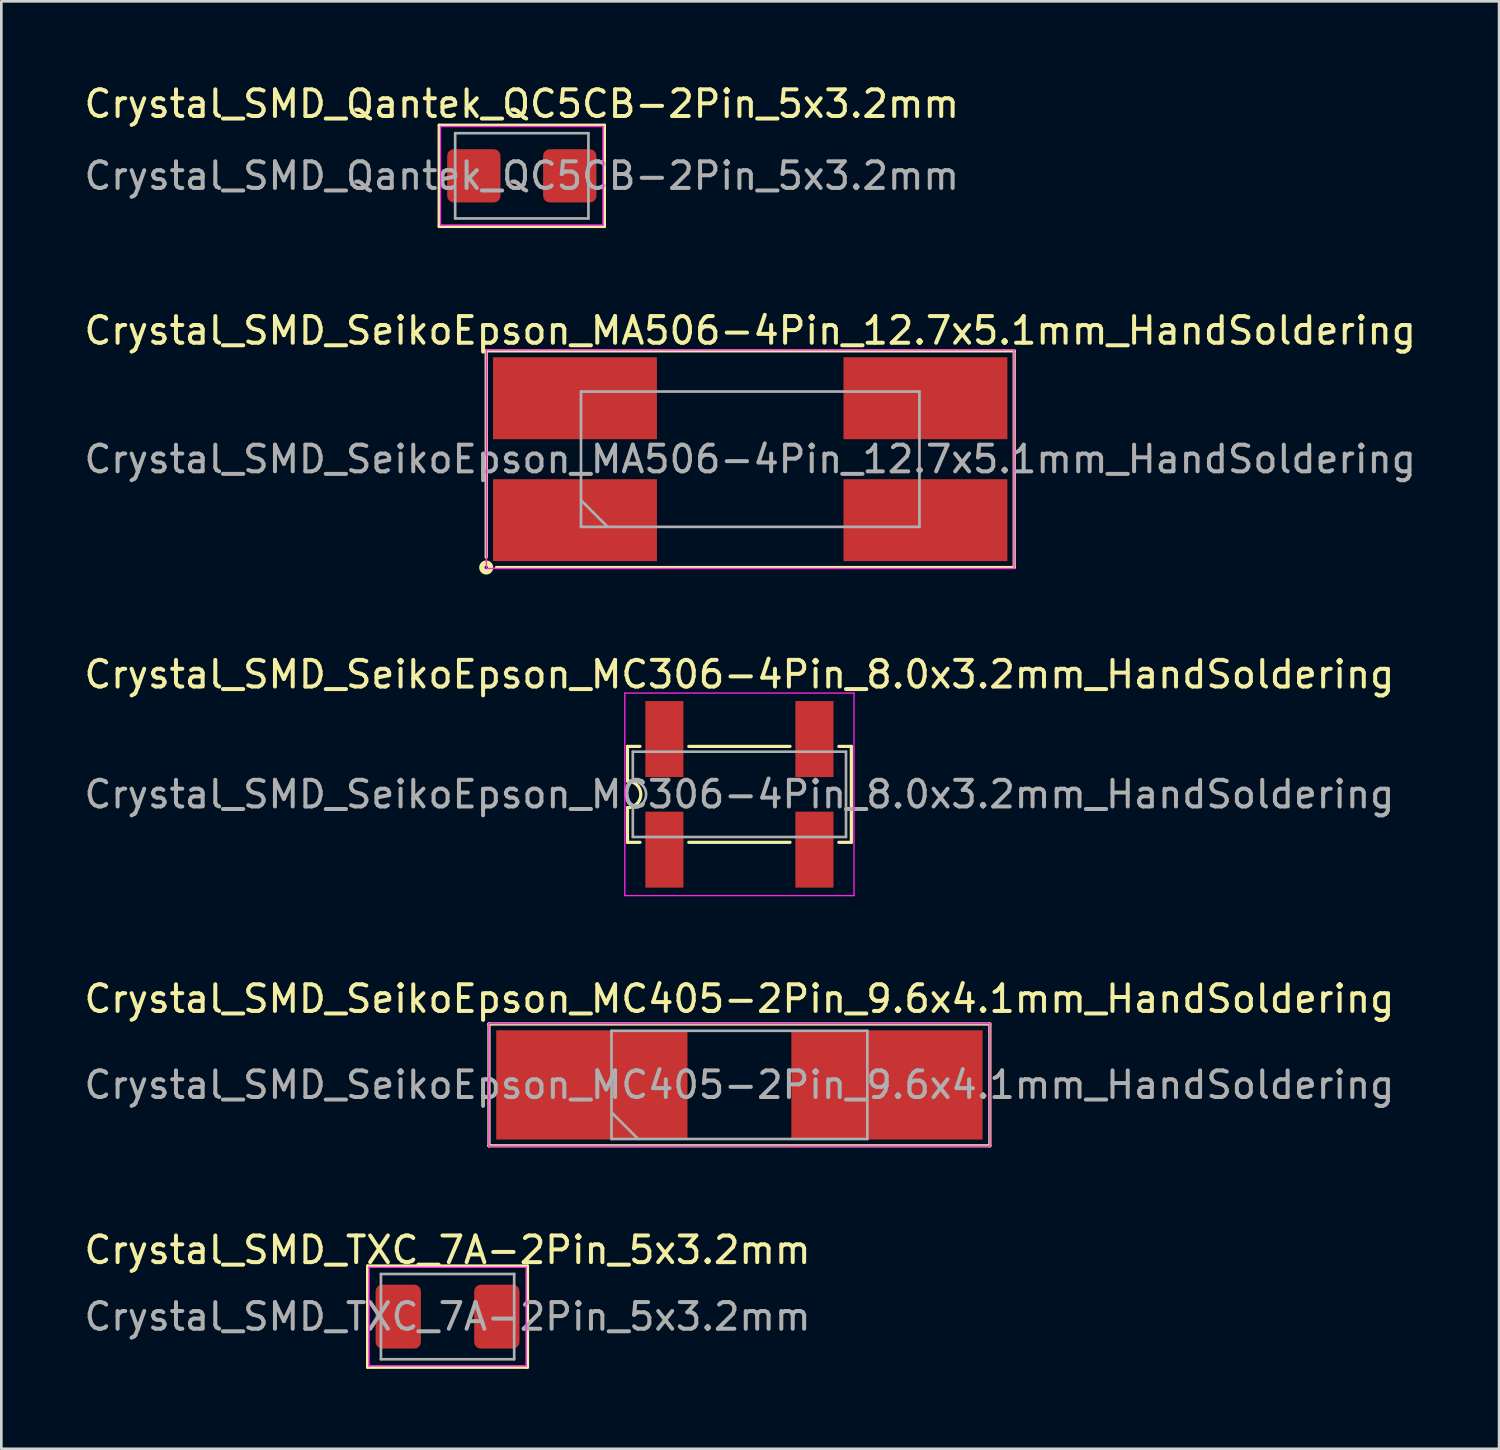
<source format=kicad_pcb>
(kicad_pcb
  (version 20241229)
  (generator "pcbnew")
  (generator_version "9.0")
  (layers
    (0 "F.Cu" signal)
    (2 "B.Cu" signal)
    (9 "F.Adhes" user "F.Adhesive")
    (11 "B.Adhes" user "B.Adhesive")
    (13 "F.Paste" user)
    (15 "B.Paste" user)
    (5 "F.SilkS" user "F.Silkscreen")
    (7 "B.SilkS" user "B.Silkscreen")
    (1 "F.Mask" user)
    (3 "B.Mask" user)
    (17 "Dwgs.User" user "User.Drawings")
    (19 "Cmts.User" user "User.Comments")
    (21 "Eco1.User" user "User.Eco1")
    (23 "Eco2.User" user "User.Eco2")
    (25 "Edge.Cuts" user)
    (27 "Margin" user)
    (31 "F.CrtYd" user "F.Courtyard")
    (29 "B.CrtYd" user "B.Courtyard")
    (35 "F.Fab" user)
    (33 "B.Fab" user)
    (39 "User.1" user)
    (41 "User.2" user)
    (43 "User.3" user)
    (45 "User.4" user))
  (footprint "Crystal_SMD_Qantek_QC5CB-2Pin_5x3.2mm"
    (layer "F.Cu")
    (at 16.53 3.548)
    (property "Reference" "Crystal_SMD_Qantek_QC5CB-2Pin_5x3.2mm" (at 0 -2.7 0) (layer "F.SilkS") (effects (font (size 1 1) (thickness 0.15))))
    (attr smd)
    (fp_line (start -3.1 -1.9) (end -3.1 1.9) (stroke (width 0.12) (type solid)) (layer "F.SilkS"))
    (fp_line (start -3.1 1.9) (end 3.1 1.9) (stroke (width 0.12) (type solid)) (layer "F.SilkS"))
    (fp_line (start 3.1 -1.9) (end -3.1 -1.9) (stroke (width 0.12) (type solid)) (layer "F.SilkS"))
    (fp_line (start 3.1 1.9) (end 3.1 -1.9) (stroke (width 0.12) (type solid)) (layer "F.SilkS"))
    (fp_line (start -3.05 -1.85) (end -3.05 1.85) (stroke (width 0.05) (type solid)) (layer "F.CrtYd"))
    (fp_line (start -3.05 -1.85) (end 3.05 -1.85) (stroke (width 0.05) (type solid)) (layer "F.CrtYd"))
    (fp_line (start -3.05 1.85) (end 3.05 1.85) (stroke (width 0.05) (type solid)) (layer "F.CrtYd"))
    (fp_line (start 3.05 -1.85) (end 3.05 1.85) (stroke (width 0.05) (type solid)) (layer "F.CrtYd"))
    (fp_line (start -2.5 -1.6) (end -2.5 1.6) (stroke (width 0.1) (type solid)) (layer "F.Fab"))
    (fp_line (start -2.5 -1.6) (end 2.5 -1.6) (stroke (width 0.1) (type solid)) (layer "F.Fab"))
    (fp_line (start -2.5 1.6) (end 2.5 1.6) (stroke (width 0.1) (type solid)) (layer "F.Fab"))
    (fp_line (start 2.5 -1.6) (end 2.5 1.6) (stroke (width 0.1) (type solid)) (layer "F.Fab"))
    (fp_text user "${REFERENCE}" (at 0 0 0) (layer "F.Fab") (effects (font (size 1 1) (thickness 0.15))))
    (pad "1" smd roundrect (at -1.8 0) (size 2 2) (layers "F.Cu" "F.Mask" "F.Paste") (roundrect_rratio 0.125))
    (pad "2" smd roundrect (at 1.8 0) (size 2 2) (layers "F.Cu" "F.Mask" "F.Paste") (roundrect_rratio 0.125)))
  (footprint "Crystal_SMD_TXC_7A-2Pin_5x3.2mm"
    (layer "F.Cu")
    (at 13.744 46.355)
    (property "Reference" "Crystal_SMD_TXC_7A-2Pin_5x3.2mm" (at 0 -2.5 0) (layer "F.SilkS") (effects (font (size 1 1) (thickness 0.15))))
    (attr smd)
    (fp_line (start -3 -1.9) (end -3 1.9) (stroke (width 0.12) (type solid)) (layer "F.SilkS"))
    (fp_line (start -3 1.9) (end 3 1.9) (stroke (width 0.12) (type solid)) (layer "F.SilkS"))
    (fp_line (start 3 -1.9) (end -3 -1.9) (stroke (width 0.12) (type solid)) (layer "F.SilkS"))
    (fp_line (start 3 1.9) (end 3 -1.9) (stroke (width 0.12) (type solid)) (layer "F.SilkS"))
    (fp_line (start -2.95 -1.85) (end -2.95 1.85) (stroke (width 0.05) (type solid)) (layer "F.CrtYd"))
    (fp_line (start -2.95 -1.85) (end 2.95 -1.85) (stroke (width 0.05) (type solid)) (layer "F.CrtYd"))
    (fp_line (start 2.95 -1.85) (end 2.95 1.85) (stroke (width 0.05) (type solid)) (layer "F.CrtYd"))
    (fp_line (start 2.95 1.85) (end -2.95 1.85) (stroke (width 0.05) (type solid)) (layer "F.CrtYd"))
    (fp_line (start -2.5 -1.6) (end -2.5 1.6) (stroke (width 0.1) (type solid)) (layer "F.Fab"))
    (fp_line (start -2.5 -1.6) (end 2.5 -1.6) (stroke (width 0.1) (type solid)) (layer "F.Fab"))
    (fp_line (start -2.5 1.6) (end 2.5 1.6) (stroke (width 0.1) (type solid)) (layer "F.Fab"))
    (fp_line (start 2.5 -1.6) (end 2.5 1.6) (stroke (width 0.1) (type solid)) (layer "F.Fab"))
    (fp_text user "${REFERENCE}" (at 0 0 0) (layer "F.Fab") (effects (font (size 1 1) (thickness 0.15))))
    (pad "1" smd roundrect (at -1.85 0) (size 1.7 2.4) (layers "F.Cu" "F.Mask" "F.Paste") (roundrect_rratio 0.147))
    (pad "2" smd roundrect (at 1.85 0) (size 1.7 2.4) (layers "F.Cu" "F.Mask" "F.Paste") (roundrect_rratio 0.147)))
  (footprint "Crystal_SMD_SeikoEpson_MC306-4Pin_8.0x3.2mm_HandSoldering"
    (layer "F.Cu")
    (at 24.696 26.757)
    (property "Reference" "Crystal_SMD_SeikoEpson_MC306-4Pin_8.0x3.2mm_HandSoldering" (at 0 -4.5 0) (layer "F.SilkS") (effects (font (size 1 1) (thickness 0.15))))
    (attr smd)
    (fp_line (start -4.2 -1.8) (end -3.73 -1.8) (stroke (width 0.12) (type solid)) (layer "F.SilkS"))
    (fp_line (start -4.2 -0.5) (end -4.2 -1.8) (stroke (width 0.12) (type solid)) (layer "F.SilkS"))
    (fp_line (start -4.2 1.8) (end -4.2 0.5) (stroke (width 0.12) (type solid)) (layer "F.SilkS"))
    (fp_line (start -4.2 1.8) (end -3.73 1.8) (stroke (width 0.12) (type solid)) (layer "F.SilkS"))
    (fp_line (start -1.9 -1.8) (end 1.9 -1.8) (stroke (width 0.12) (type solid)) (layer "F.SilkS"))
    (fp_line (start 1.9 1.8) (end -1.9 1.8) (stroke (width 0.12) (type solid)) (layer "F.SilkS"))
    (fp_line (start 3.73 -1.8) (end 4.2 -1.8) (stroke (width 0.12) (type solid)) (layer "F.SilkS"))
    (fp_line (start 4.2 -1.8) (end 4.2 1.8) (stroke (width 0.12) (type solid)) (layer "F.SilkS"))
    (fp_line (start 4.2 1.8) (end 3.73 1.8) (stroke (width 0.12) (type solid)) (layer "F.SilkS"))
    (fp_arc (start -4.2 -0.5) (mid -3.7 0) (end -4.2 0.5) (stroke (width 0.12) (type solid)) (layer "F.SilkS"))
    (fp_line (start -4.3 -3.8) (end -4.3 3.8) (stroke (width 0.05) (type solid)) (layer "F.CrtYd"))
    (fp_line (start -4.3 3.8) (end 4.3 3.8) (stroke (width 0.05) (type solid)) (layer "F.CrtYd"))
    (fp_line (start 4.3 -3.8) (end -4.3 -3.8) (stroke (width 0.05) (type solid)) (layer "F.CrtYd"))
    (fp_line (start 4.3 3.8) (end 4.3 -3.8) (stroke (width 0.05) (type solid)) (layer "F.CrtYd"))
    (fp_line (start -4 -1.6) (end 4 -1.6) (stroke (width 0.1) (type solid)) (layer "F.Fab"))
    (fp_line (start -4 -0.5) (end -4 -1.6) (stroke (width 0.1) (type solid)) (layer "F.Fab"))
    (fp_line (start -4 1.6) (end -4 0.5) (stroke (width 0.1) (type solid)) (layer "F.Fab"))
    (fp_line (start 4 -1.6) (end 4 1.6) (stroke (width 0.1) (type solid)) (layer "F.Fab"))
    (fp_line (start 4 1.6) (end -4 1.6) (stroke (width 0.1) (type solid)) (layer "F.Fab"))
    (fp_arc (start -4 -0.5) (mid -3.5 0) (end -4 0.5) (stroke (width 0.1) (type solid)) (layer "F.Fab"))
    (fp_text user "${REFERENCE}" (at 0 0 0) (layer "F.Fab") (effects (font (size 1 1) (thickness 0.15))))
    (pad "1" smd rect (at -2.815 2.075) (size 1.43 2.85) (layers "F.Cu" "F.Mask" "F.Paste"))
    (pad "2" smd rect (at 2.815 2.075) (size 1.43 2.85) (layers "F.Cu" "F.Mask" "F.Paste"))
    (pad "3" smd rect (at 2.815 -2.075) (size 1.43 2.85) (layers "F.Cu" "F.Mask" "F.Paste"))
    (pad "4" smd rect (at -2.815 -2.075) (size 1.43 2.85) (layers "F.Cu" "F.Mask" "F.Paste")))
  (footprint "Crystal_SMD_SeikoEpson_MC405-2Pin_9.6x4.1mm_HandSoldering"
    (layer "F.Cu")
    (at 24.696 37.66)
    (property "Reference" "Crystal_SMD_SeikoEpson_MC405-2Pin_9.6x4.1mm_HandSoldering" (at 0 -3.23 0) (layer "F.SilkS") (effects (font (size 1 1) (thickness 0.15))))
    (attr smd)
    (fp_line (start -9.398 -2.286) (end 9.398 -2.286) (stroke (width 0.12) (type solid)) (layer "F.SilkS"))
    (fp_line (start -9.398 2.286) (end -9.398 -2.286) (stroke (width 0.12) (type solid)) (layer "F.SilkS"))
    (fp_line (start 9.398 -2.286) (end 9.398 2.286) (stroke (width 0.12) (type solid)) (layer "F.SilkS"))
    (fp_line (start 9.398 2.286) (end -9.398 2.286) (stroke (width 0.12) (type solid)) (layer "F.SilkS"))
    (fp_line (start -9.4 -2.3) (end -9.4 2.3) (stroke (width 0.05) (type solid)) (layer "F.CrtYd"))
    (fp_line (start -9.4 2.3) (end 9.4 2.3) (stroke (width 0.05) (type solid)) (layer "F.CrtYd"))
    (fp_line (start 9.4 -2.3) (end -9.4 -2.3) (stroke (width 0.05) (type solid)) (layer "F.CrtYd"))
    (fp_line (start 9.4 2.3) (end 9.4 -2.3) (stroke (width 0.05) (type solid)) (layer "F.CrtYd"))
    (fp_line (start -4.8 -2.03) (end -4.8 2.03) (stroke (width 0.1) (type solid)) (layer "F.Fab"))
    (fp_line (start -4.8 1.03) (end -3.8 2.03) (stroke (width 0.1) (type solid)) (layer "F.Fab"))
    (fp_line (start -4.8 2.03) (end 4.8 2.03) (stroke (width 0.1) (type solid)) (layer "F.Fab"))
    (fp_line (start 4.8 -2.03) (end -4.8 -2.03) (stroke (width 0.1) (type solid)) (layer "F.Fab"))
    (fp_line (start 4.8 2.03) (end 4.8 -2.03) (stroke (width 0.1) (type solid)) (layer "F.Fab"))
    (fp_text user "${REFERENCE}" (at 0 0 0) (layer "F.Fab") (effects (font (size 1 1) (thickness 0.15))))
    (pad "1" smd rect (at -5.537 0) (size 7.175 4.1) (layers "F.Cu" "F.Mask" "F.Paste"))
    (pad "2" smd rect (at 5.537 0) (size 7.175 4.1) (layers "F.Cu" "F.Mask" "F.Paste")))
  (footprint "Crystal_SMD_SeikoEpson_MA506-4Pin_12.7x5.1mm_HandSoldering"
    (layer "F.Cu")
    (at 25.101 14.181)
    (property "Reference" "Crystal_SMD_SeikoEpson_MA506-4Pin_12.7x5.1mm_HandSoldering" (at 0 -4.825 0) (layer "F.SilkS") (effects (font (size 1 1) (thickness 0.15))))
    (attr smd)
    (fp_line (start -9.906 -4.064) (end 9.906 -4.064) (stroke (width 0.12) (type solid)) (layer "F.SilkS"))
    (fp_line (start -9.906 3.683) (end -9.906 -4.064) (stroke (width 0.12) (type solid)) (layer "F.SilkS"))
    (fp_line (start 9.906 -4.064) (end 9.906 4.064) (stroke (width 0.12) (type solid)) (layer "F.SilkS"))
    (fp_line (start 9.906 4.064) (end -9.525 4.064) (stroke (width 0.12) (type solid)) (layer "F.SilkS"))
    (fp_circle (center -9.906 4.064) (end -9.842 4.064) (stroke (width 0.2) (type solid)) (fill no) (layer "F.SilkS"))
    (fp_line (start -9.9 -4.1) (end -9.9 4.1) (stroke (width 0.05) (type solid)) (layer "F.CrtYd"))
    (fp_line (start -9.9 4.1) (end 9.9 4.1) (stroke (width 0.05) (type solid)) (layer "F.CrtYd"))
    (fp_line (start 9.9 -4.1) (end -9.9 -4.1) (stroke (width 0.05) (type solid)) (layer "F.CrtYd"))
    (fp_line (start 9.9 4.1) (end 9.9 -4.1) (stroke (width 0.05) (type solid)) (layer "F.CrtYd"))
    (fp_line (start -6.35 -2.54) (end -6.35 2.54) (stroke (width 0.1) (type solid)) (layer "F.Fab"))
    (fp_line (start -6.35 1.54) (end -5.35 2.54) (stroke (width 0.1) (type solid)) (layer "F.Fab"))
    (fp_line (start -6.35 2.54) (end 6.35 2.54) (stroke (width 0.1) (type solid)) (layer "F.Fab"))
    (fp_line (start 6.35 -2.54) (end -6.35 -2.54) (stroke (width 0.1) (type solid)) (layer "F.Fab"))
    (fp_line (start 6.35 2.54) (end 6.35 -2.54) (stroke (width 0.1) (type solid)) (layer "F.Fab"))
    (fp_text user "${REFERENCE}" (at 0 0 0) (layer "F.Fab") (effects (font (size 1 1) (thickness 0.15))))
    (pad "1" smd rect (at -6.575 2.288) (size 6.15 3.075) (layers "F.Cu" "F.Mask" "F.Paste"))
    (pad "2" smd rect (at 6.575 2.288) (size 6.15 3.075) (layers "F.Cu" "F.Mask" "F.Paste"))
    (pad "3" smd rect (at 6.575 -2.288) (size 6.15 3.075) (layers "F.Cu" "F.Mask" "F.Paste"))
    (pad "4" smd rect (at -6.575 -2.288) (size 6.15 3.075) (layers "F.Cu" "F.Mask" "F.Paste")))
  (gr_rect
    (start -3 -3)
    (end 53.202 51.315)
    (stroke (width 0.1) (type default))
    (fill no)
    (layer "Edge.Cuts")))
</source>
